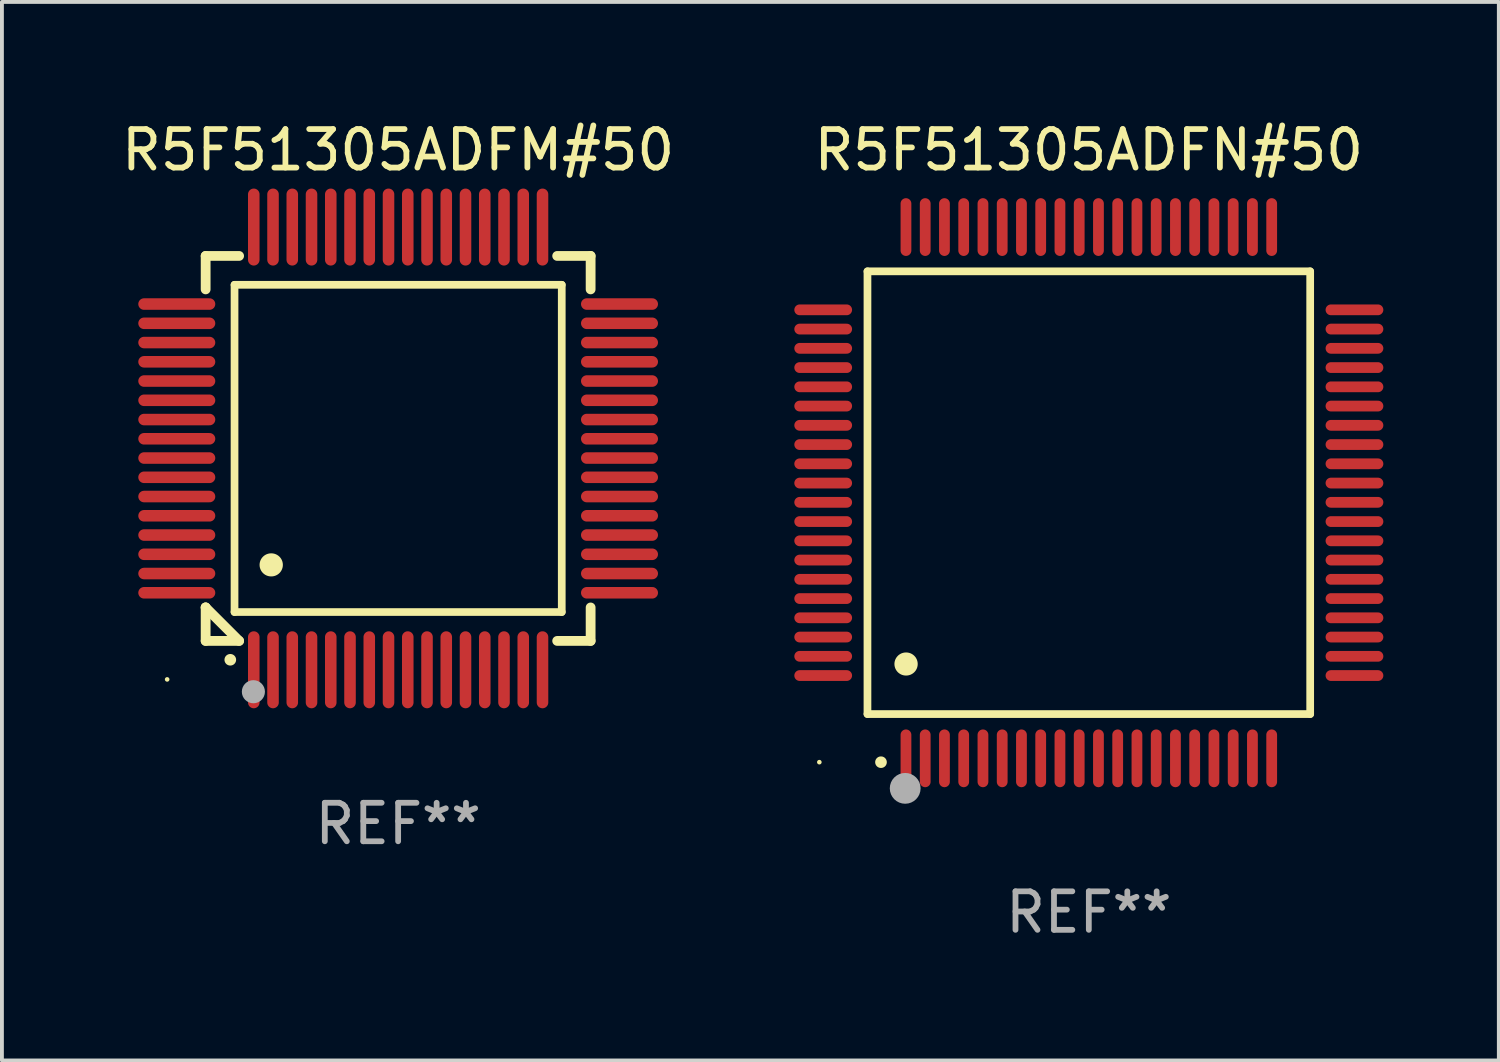
<source format=kicad_pcb>
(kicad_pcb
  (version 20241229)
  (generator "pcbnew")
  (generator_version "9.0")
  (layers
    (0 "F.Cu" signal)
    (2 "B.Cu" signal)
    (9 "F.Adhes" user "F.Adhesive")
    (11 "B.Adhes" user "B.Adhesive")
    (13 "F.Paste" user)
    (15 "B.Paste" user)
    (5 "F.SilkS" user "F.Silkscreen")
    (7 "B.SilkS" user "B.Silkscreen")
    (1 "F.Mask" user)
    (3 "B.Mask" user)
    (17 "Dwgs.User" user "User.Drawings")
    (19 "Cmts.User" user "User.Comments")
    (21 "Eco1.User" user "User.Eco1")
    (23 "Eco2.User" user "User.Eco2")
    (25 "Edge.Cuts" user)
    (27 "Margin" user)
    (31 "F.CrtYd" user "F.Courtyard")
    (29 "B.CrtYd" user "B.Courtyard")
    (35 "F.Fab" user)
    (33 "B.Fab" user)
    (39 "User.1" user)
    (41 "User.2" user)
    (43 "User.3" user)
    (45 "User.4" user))
  (footprint "R5F51305ADFM#50"
    (layer "F.Cu")
    (at 7.292 8.598)
    (property "Reference" "R5F51305ADFM#50" (at 0 -7.75 0) (layer "F.SilkS") (effects (font (size 1 1) (thickness 0.15))))
    (attr through_hole)
    (fp_line (start -5 -5) (end -4.131 -5) (stroke (width 0.254) (type solid)) (layer "F.SilkS"))
    (fp_line (start -5 -4.131) (end -5 -5) (stroke (width 0.254) (type solid)) (layer "F.SilkS"))
    (fp_line (start -5 4.131) (end -5 4.131) (stroke (width 0.254) (type solid)) (layer "F.SilkS"))
    (fp_line (start -5 5) (end -5 4.131) (stroke (width 0.254) (type solid)) (layer "F.SilkS"))
    (fp_line (start -5 4.131) (end -4.131 5) (stroke (width 0.254) (type solid)) (layer "F.SilkS"))
    (fp_line (start -4.25 -4.25) (end -4.25 4.25) (stroke (width 0.2) (type solid)) (layer "F.SilkS"))
    (fp_line (start -4.25 4.25) (end 4.25 4.25) (stroke (width 0.2) (type solid)) (layer "F.SilkS"))
    (fp_line (start -4.131 5) (end -5 5) (stroke (width 0.254) (type solid)) (layer "F.SilkS"))
    (fp_line (start 4.25 -4.25) (end -4.25 -4.25) (stroke (width 0.2) (type solid)) (layer "F.SilkS"))
    (fp_line (start 4.25 4.25) (end 4.25 -4.25) (stroke (width 0.2) (type solid)) (layer "F.SilkS"))
    (fp_line (start 5 -5) (end 4.131 -5) (stroke (width 0.254) (type solid)) (layer "F.SilkS"))
    (fp_line (start 5 -5) (end 5 -4.131) (stroke (width 0.254) (type solid)) (layer "F.SilkS"))
    (fp_line (start 5 4.131) (end 5 5) (stroke (width 0.254) (type solid)) (layer "F.SilkS"))
    (fp_line (start 5 5) (end 4.131 5) (stroke (width 0.254) (type solid)) (layer "F.SilkS"))
    (fp_arc (start -4.361265 5.489992) (mid -4.359995 5.489987) (end -4.358725 5.489992) (stroke (width 0.3) (type solid)) (layer "F.SilkS"))
    (fp_arc (start -3.299467 3.025146) (mid -3.296927 3.025135) (end -3.294387 3.025146) (stroke (width 0.6) (type solid)) (layer "F.SilkS"))
    (fp_circle (center -6 6) (end -5.97 6) (stroke (width 0.06) (type solid)) (fill no) (layer "F.SilkS"))
    (fp_circle (center -3.76 6.32) (end -3.61 6.32) (stroke (width 0.3) (type solid)) (fill no) (layer "F.Fab"))
    (fp_text user "REF**" (at 0 9.75 0) (layer "F.Fab") (effects (font (size 1 1) (thickness 0.15))))
    (pad "1" smd oval (at -3.75 5.75) (size 0.3 2) (layers "F.Cu" "F.Mask" "F.Paste"))
    (pad "2" smd oval (at -3.25 5.75) (size 0.3 2) (layers "F.Cu" "F.Mask" "F.Paste"))
    (pad "3" smd oval (at -2.75 5.75) (size 0.3 2) (layers "F.Cu" "F.Mask" "F.Paste"))
    (pad "4" smd oval (at -2.25 5.75) (size 0.3 2) (layers "F.Cu" "F.Mask" "F.Paste"))
    (pad "5" smd oval (at -1.75 5.75) (size 0.3 2) (layers "F.Cu" "F.Mask" "F.Paste"))
    (pad "6" smd oval (at -1.25 5.75) (size 0.3 2) (layers "F.Cu" "F.Mask" "F.Paste"))
    (pad "7" smd oval (at -0.75 5.75) (size 0.3 2) (layers "F.Cu" "F.Mask" "F.Paste"))
    (pad "8" smd oval (at -0.25 5.75) (size 0.3 2) (layers "F.Cu" "F.Mask" "F.Paste"))
    (pad "9" smd oval (at 0.25 5.75) (size 0.3 2) (layers "F.Cu" "F.Mask" "F.Paste"))
    (pad "10" smd oval (at 0.75 5.75) (size 0.3 2) (layers "F.Cu" "F.Mask" "F.Paste"))
    (pad "11" smd oval (at 1.25 5.75) (size 0.3 2) (layers "F.Cu" "F.Mask" "F.Paste"))
    (pad "12" smd oval (at 1.75 5.75) (size 0.3 2) (layers "F.Cu" "F.Mask" "F.Paste"))
    (pad "13" smd oval (at 2.25 5.75) (size 0.3 2) (layers "F.Cu" "F.Mask" "F.Paste"))
    (pad "14" smd oval (at 2.75 5.75) (size 0.3 2) (layers "F.Cu" "F.Mask" "F.Paste"))
    (pad "15" smd oval (at 3.25 5.75) (size 0.3 2) (layers "F.Cu" "F.Mask" "F.Paste"))
    (pad "16" smd oval (at 3.75 5.75) (size 0.3 2) (layers "F.Cu" "F.Mask" "F.Paste"))
    (pad "17" smd oval (at 5.75 3.75) (size 2 0.3) (layers "F.Cu" "F.Mask" "F.Paste"))
    (pad "18" smd oval (at 5.75 3.25) (size 2 0.3) (layers "F.Cu" "F.Mask" "F.Paste"))
    (pad "19" smd oval (at 5.75 2.75) (size 2 0.3) (layers "F.Cu" "F.Mask" "F.Paste"))
    (pad "20" smd oval (at 5.75 2.25) (size 2 0.3) (layers "F.Cu" "F.Mask" "F.Paste"))
    (pad "21" smd oval (at 5.75 1.75) (size 2 0.3) (layers "F.Cu" "F.Mask" "F.Paste"))
    (pad "22" smd oval (at 5.75 1.25) (size 2 0.3) (layers "F.Cu" "F.Mask" "F.Paste"))
    (pad "23" smd oval (at 5.75 0.75) (size 2 0.3) (layers "F.Cu" "F.Mask" "F.Paste"))
    (pad "24" smd oval (at 5.75 0.25) (size 2 0.3) (layers "F.Cu" "F.Mask" "F.Paste"))
    (pad "25" smd oval (at 5.75 -0.25) (size 2 0.3) (layers "F.Cu" "F.Mask" "F.Paste"))
    (pad "26" smd oval (at 5.75 -0.75) (size 2 0.3) (layers "F.Cu" "F.Mask" "F.Paste"))
    (pad "27" smd oval (at 5.75 -1.25) (size 2 0.3) (layers "F.Cu" "F.Mask" "F.Paste"))
    (pad "28" smd oval (at 5.75 -1.75) (size 2 0.3) (layers "F.Cu" "F.Mask" "F.Paste"))
    (pad "29" smd oval (at 5.75 -2.25) (size 2 0.3) (layers "F.Cu" "F.Mask" "F.Paste"))
    (pad "30" smd oval (at 5.75 -2.75) (size 2 0.3) (layers "F.Cu" "F.Mask" "F.Paste"))
    (pad "31" smd oval (at 5.75 -3.25) (size 2 0.3) (layers "F.Cu" "F.Mask" "F.Paste"))
    (pad "32" smd oval (at 5.75 -3.75) (size 2 0.3) (layers "F.Cu" "F.Mask" "F.Paste"))
    (pad "33" smd oval (at 3.75 -5.75) (size 0.3 2) (layers "F.Cu" "F.Mask" "F.Paste"))
    (pad "34" smd oval (at 3.25 -5.75) (size 0.3 2) (layers "F.Cu" "F.Mask" "F.Paste"))
    (pad "35" smd oval (at 2.75 -5.75) (size 0.3 2) (layers "F.Cu" "F.Mask" "F.Paste"))
    (pad "36" smd oval (at 2.25 -5.75) (size 0.3 2) (layers "F.Cu" "F.Mask" "F.Paste"))
    (pad "37" smd oval (at 1.75 -5.75) (size 0.3 2) (layers "F.Cu" "F.Mask" "F.Paste"))
    (pad "38" smd oval (at 1.25 -5.75) (size 0.3 2) (layers "F.Cu" "F.Mask" "F.Paste"))
    (pad "39" smd oval (at 0.75 -5.75) (size 0.3 2) (layers "F.Cu" "F.Mask" "F.Paste"))
    (pad "40" smd oval (at 0.25 -5.75) (size 0.3 2) (layers "F.Cu" "F.Mask" "F.Paste"))
    (pad "41" smd oval (at -0.25 -5.75) (size 0.3 2) (layers "F.Cu" "F.Mask" "F.Paste"))
    (pad "42" smd oval (at -0.75 -5.75) (size 0.3 2) (layers "F.Cu" "F.Mask" "F.Paste"))
    (pad "43" smd oval (at -1.25 -5.75) (size 0.3 2) (layers "F.Cu" "F.Mask" "F.Paste"))
    (pad "44" smd oval (at -1.75 -5.75) (size 0.3 2) (layers "F.Cu" "F.Mask" "F.Paste"))
    (pad "45" smd oval (at -2.25 -5.75) (size 0.3 2) (layers "F.Cu" "F.Mask" "F.Paste"))
    (pad "46" smd oval (at -2.75 -5.75) (size 0.3 2) (layers "F.Cu" "F.Mask" "F.Paste"))
    (pad "47" smd oval (at -3.25 -5.75) (size 0.3 2) (layers "F.Cu" "F.Mask" "F.Paste"))
    (pad "48" smd oval (at -3.75 -5.75) (size 0.3 2) (layers "F.Cu" "F.Mask" "F.Paste"))
    (pad "49" smd oval (at -5.75 -3.75) (size 2 0.3) (layers "F.Cu" "F.Mask" "F.Paste"))
    (pad "50" smd oval (at -5.75 -3.25) (size 2 0.3) (layers "F.Cu" "F.Mask" "F.Paste"))
    (pad "51" smd oval (at -5.75 -2.75) (size 2 0.3) (layers "F.Cu" "F.Mask" "F.Paste"))
    (pad "52" smd oval (at -5.75 -2.25) (size 2 0.3) (layers "F.Cu" "F.Mask" "F.Paste"))
    (pad "53" smd oval (at -5.75 -1.75) (size 2 0.3) (layers "F.Cu" "F.Mask" "F.Paste"))
    (pad "54" smd oval (at -5.75 -1.25) (size 2 0.3) (layers "F.Cu" "F.Mask" "F.Paste"))
    (pad "55" smd oval (at -5.75 -0.75) (size 2 0.3) (layers "F.Cu" "F.Mask" "F.Paste"))
    (pad "56" smd oval (at -5.75 -0.25) (size 2 0.3) (layers "F.Cu" "F.Mask" "F.Paste"))
    (pad "57" smd oval (at -5.75 0.25) (size 2 0.3) (layers "F.Cu" "F.Mask" "F.Paste"))
    (pad "58" smd oval (at -5.75 0.75) (size 2 0.3) (layers "F.Cu" "F.Mask" "F.Paste"))
    (pad "59" smd oval (at -5.75 1.25) (size 2 0.3) (layers "F.Cu" "F.Mask" "F.Paste"))
    (pad "60" smd oval (at -5.75 1.75) (size 2 0.3) (layers "F.Cu" "F.Mask" "F.Paste"))
    (pad "61" smd oval (at -5.75 2.25) (size 2 0.3) (layers "F.Cu" "F.Mask" "F.Paste"))
    (pad "62" smd oval (at -5.75 2.75) (size 2 0.3) (layers "F.Cu" "F.Mask" "F.Paste"))
    (pad "63" smd oval (at -5.75 3.25) (size 2 0.3) (layers "F.Cu" "F.Mask" "F.Paste"))
    (pad "64" smd oval (at -5.75 3.75) (size 2 0.3) (layers "F.Cu" "F.Mask" "F.Paste")))
  (footprint "R5F51305ADFN#50"
    (layer "F.Cu")
    (at 25.233 9.748)
    (property "Reference" "R5F51305ADFN#50" (at 0 -8.9 0) (layer "F.SilkS") (effects (font (size 1 1) (thickness 0.15))))
    (attr through_hole)
    (fp_line (start -5.75 -5.75) (end 5.75 -5.75) (stroke (width 0.2) (type solid)) (layer "F.SilkS"))
    (fp_line (start -5.75 5.75) (end -5.75 -5.75) (stroke (width 0.2) (type solid)) (layer "F.SilkS"))
    (fp_line (start 5.75 -5.75) (end 5.75 5.75) (stroke (width 0.2) (type solid)) (layer "F.SilkS"))
    (fp_line (start 5.75 5.75) (end -5.75 5.75) (stroke (width 0.2) (type solid)) (layer "F.SilkS"))
    (fp_arc (start -5.400051 7.000254) (mid -5.398781 7.000249) (end -5.397511 7.000254) (stroke (width 0.3) (type solid)) (layer "F.SilkS"))
    (fp_arc (start -4.749809 4.450089) (mid -4.747269 4.450078) (end -4.744729 4.450089) (stroke (width 0.6) (type solid)) (layer "F.SilkS"))
    (fp_circle (center -7 7) (end -6.97 7) (stroke (width 0.06) (type solid)) (fill no) (layer "F.SilkS"))
    (fp_circle (center -4.77 7.68) (end -4.57 7.68) (stroke (width 0.4) (type solid)) (fill no) (layer "F.Fab"))
    (fp_text user "REF**" (at 0 10.9 0) (layer "F.Fab") (effects (font (size 1 1) (thickness 0.15))))
    (pad "1" smd oval (at -4.75 6.9) (size 0.28 1.5) (layers "F.Cu" "F.Mask" "F.Paste"))
    (pad "2" smd oval (at -4.25 6.9) (size 0.28 1.5) (layers "F.Cu" "F.Mask" "F.Paste"))
    (pad "3" smd oval (at -3.75 6.9) (size 0.28 1.5) (layers "F.Cu" "F.Mask" "F.Paste"))
    (pad "4" smd oval (at -3.25 6.9) (size 0.28 1.5) (layers "F.Cu" "F.Mask" "F.Paste"))
    (pad "5" smd oval (at -2.75 6.9) (size 0.28 1.5) (layers "F.Cu" "F.Mask" "F.Paste"))
    (pad "6" smd oval (at -2.25 6.9) (size 0.28 1.5) (layers "F.Cu" "F.Mask" "F.Paste"))
    (pad "7" smd oval (at -1.75 6.9) (size 0.28 1.5) (layers "F.Cu" "F.Mask" "F.Paste"))
    (pad "8" smd oval (at -1.25 6.9) (size 0.28 1.5) (layers "F.Cu" "F.Mask" "F.Paste"))
    (pad "9" smd oval (at -0.75 6.9) (size 0.28 1.5) (layers "F.Cu" "F.Mask" "F.Paste"))
    (pad "10" smd oval (at -0.25 6.9) (size 0.28 1.5) (layers "F.Cu" "F.Mask" "F.Paste"))
    (pad "11" smd oval (at 0.25 6.9) (size 0.28 1.5) (layers "F.Cu" "F.Mask" "F.Paste"))
    (pad "12" smd oval (at 0.75 6.9) (size 0.28 1.5) (layers "F.Cu" "F.Mask" "F.Paste"))
    (pad "13" smd oval (at 1.25 6.9) (size 0.28 1.5) (layers "F.Cu" "F.Mask" "F.Paste"))
    (pad "14" smd oval (at 1.75 6.9) (size 0.28 1.5) (layers "F.Cu" "F.Mask" "F.Paste"))
    (pad "15" smd oval (at 2.25 6.9) (size 0.28 1.5) (layers "F.Cu" "F.Mask" "F.Paste"))
    (pad "16" smd oval (at 2.75 6.9) (size 0.28 1.5) (layers "F.Cu" "F.Mask" "F.Paste"))
    (pad "17" smd oval (at 3.25 6.9) (size 0.28 1.5) (layers "F.Cu" "F.Mask" "F.Paste"))
    (pad "18" smd oval (at 3.75 6.9) (size 0.28 1.5) (layers "F.Cu" "F.Mask" "F.Paste"))
    (pad "19" smd oval (at 4.25 6.9) (size 0.28 1.5) (layers "F.Cu" "F.Mask" "F.Paste"))
    (pad "20" smd oval (at 4.75 6.9) (size 0.28 1.5) (layers "F.Cu" "F.Mask" "F.Paste"))
    (pad "21" smd oval (at 6.9 4.75) (size 1.5 0.28) (layers "F.Cu" "F.Mask" "F.Paste"))
    (pad "22" smd oval (at 6.9 4.25) (size 1.5 0.28) (layers "F.Cu" "F.Mask" "F.Paste"))
    (pad "23" smd oval (at 6.9 3.75) (size 1.5 0.28) (layers "F.Cu" "F.Mask" "F.Paste"))
    (pad "24" smd oval (at 6.9 3.25) (size 1.5 0.28) (layers "F.Cu" "F.Mask" "F.Paste"))
    (pad "25" smd oval (at 6.9 2.75) (size 1.5 0.28) (layers "F.Cu" "F.Mask" "F.Paste"))
    (pad "26" smd oval (at 6.9 2.25) (size 1.5 0.28) (layers "F.Cu" "F.Mask" "F.Paste"))
    (pad "27" smd oval (at 6.9 1.75) (size 1.5 0.28) (layers "F.Cu" "F.Mask" "F.Paste"))
    (pad "28" smd oval (at 6.9 1.25) (size 1.5 0.28) (layers "F.Cu" "F.Mask" "F.Paste"))
    (pad "29" smd oval (at 6.9 0.75) (size 1.5 0.28) (layers "F.Cu" "F.Mask" "F.Paste"))
    (pad "30" smd oval (at 6.9 0.25) (size 1.5 0.28) (layers "F.Cu" "F.Mask" "F.Paste"))
    (pad "31" smd oval (at 6.9 -0.25) (size 1.5 0.28) (layers "F.Cu" "F.Mask" "F.Paste"))
    (pad "32" smd oval (at 6.9 -0.75) (size 1.5 0.28) (layers "F.Cu" "F.Mask" "F.Paste"))
    (pad "33" smd oval (at 6.9 -1.25) (size 1.5 0.28) (layers "F.Cu" "F.Mask" "F.Paste"))
    (pad "34" smd oval (at 6.9 -1.75) (size 1.5 0.28) (layers "F.Cu" "F.Mask" "F.Paste"))
    (pad "35" smd oval (at 6.9 -2.25) (size 1.5 0.28) (layers "F.Cu" "F.Mask" "F.Paste"))
    (pad "36" smd oval (at 6.9 -2.75) (size 1.5 0.28) (layers "F.Cu" "F.Mask" "F.Paste"))
    (pad "37" smd oval (at 6.9 -3.25) (size 1.5 0.28) (layers "F.Cu" "F.Mask" "F.Paste"))
    (pad "38" smd oval (at 6.9 -3.75) (size 1.5 0.28) (layers "F.Cu" "F.Mask" "F.Paste"))
    (pad "39" smd oval (at 6.9 -4.25) (size 1.5 0.28) (layers "F.Cu" "F.Mask" "F.Paste"))
    (pad "40" smd oval (at 6.9 -4.75) (size 1.5 0.28) (layers "F.Cu" "F.Mask" "F.Paste"))
    (pad "41" smd oval (at 4.75 -6.9) (size 0.28 1.5) (layers "F.Cu" "F.Mask" "F.Paste"))
    (pad "42" smd oval (at 4.25 -6.9) (size 0.28 1.5) (layers "F.Cu" "F.Mask" "F.Paste"))
    (pad "43" smd oval (at 3.75 -6.9) (size 0.28 1.5) (layers "F.Cu" "F.Mask" "F.Paste"))
    (pad "44" smd oval (at 3.25 -6.9) (size 0.28 1.5) (layers "F.Cu" "F.Mask" "F.Paste"))
    (pad "45" smd oval (at 2.75 -6.9) (size 0.28 1.5) (layers "F.Cu" "F.Mask" "F.Paste"))
    (pad "46" smd oval (at 2.25 -6.9) (size 0.28 1.5) (layers "F.Cu" "F.Mask" "F.Paste"))
    (pad "47" smd oval (at 1.75 -6.9) (size 0.28 1.5) (layers "F.Cu" "F.Mask" "F.Paste"))
    (pad "48" smd oval (at 1.25 -6.9) (size 0.28 1.5) (layers "F.Cu" "F.Mask" "F.Paste"))
    (pad "49" smd oval (at 0.75 -6.9) (size 0.28 1.5) (layers "F.Cu" "F.Mask" "F.Paste"))
    (pad "50" smd oval (at 0.25 -6.9) (size 0.28 1.5) (layers "F.Cu" "F.Mask" "F.Paste"))
    (pad "51" smd oval (at -0.25 -6.9) (size 0.28 1.5) (layers "F.Cu" "F.Mask" "F.Paste"))
    (pad "52" smd oval (at -0.75 -6.9) (size 0.28 1.5) (layers "F.Cu" "F.Mask" "F.Paste"))
    (pad "53" smd oval (at -1.25 -6.9) (size 0.28 1.5) (layers "F.Cu" "F.Mask" "F.Paste"))
    (pad "54" smd oval (at -1.75 -6.9) (size 0.28 1.5) (layers "F.Cu" "F.Mask" "F.Paste"))
    (pad "55" smd oval (at -2.25 -6.9) (size 0.28 1.5) (layers "F.Cu" "F.Mask" "F.Paste"))
    (pad "56" smd oval (at -2.75 -6.9) (size 0.28 1.5) (layers "F.Cu" "F.Mask" "F.Paste"))
    (pad "57" smd oval (at -3.25 -6.9) (size 0.28 1.5) (layers "F.Cu" "F.Mask" "F.Paste"))
    (pad "58" smd oval (at -3.75 -6.9) (size 0.28 1.5) (layers "F.Cu" "F.Mask" "F.Paste"))
    (pad "59" smd oval (at -4.25 -6.9) (size 0.28 1.5) (layers "F.Cu" "F.Mask" "F.Paste"))
    (pad "60" smd oval (at -4.75 -6.9) (size 0.28 1.5) (layers "F.Cu" "F.Mask" "F.Paste"))
    (pad "61" smd oval (at -6.9 -4.75) (size 1.5 0.28) (layers "F.Cu" "F.Mask" "F.Paste"))
    (pad "62" smd oval (at -6.9 -4.25) (size 1.5 0.28) (layers "F.Cu" "F.Mask" "F.Paste"))
    (pad "63" smd oval (at -6.9 -3.75) (size 1.5 0.28) (layers "F.Cu" "F.Mask" "F.Paste"))
    (pad "64" smd oval (at -6.9 -3.25) (size 1.5 0.28) (layers "F.Cu" "F.Mask" "F.Paste"))
    (pad "65" smd oval (at -6.9 -2.75) (size 1.5 0.28) (layers "F.Cu" "F.Mask" "F.Paste"))
    (pad "66" smd oval (at -6.9 -2.25) (size 1.5 0.28) (layers "F.Cu" "F.Mask" "F.Paste"))
    (pad "67" smd oval (at -6.9 -1.75) (size 1.5 0.28) (layers "F.Cu" "F.Mask" "F.Paste"))
    (pad "68" smd oval (at -6.9 -1.25) (size 1.5 0.28) (layers "F.Cu" "F.Mask" "F.Paste"))
    (pad "69" smd oval (at -6.9 -0.75) (size 1.5 0.28) (layers "F.Cu" "F.Mask" "F.Paste"))
    (pad "70" smd oval (at -6.9 -0.25) (size 1.5 0.28) (layers "F.Cu" "F.Mask" "F.Paste"))
    (pad "71" smd oval (at -6.9 0.25) (size 1.5 0.28) (layers "F.Cu" "F.Mask" "F.Paste"))
    (pad "72" smd oval (at -6.9 0.75) (size 1.5 0.28) (layers "F.Cu" "F.Mask" "F.Paste"))
    (pad "73" smd oval (at -6.9 1.25) (size 1.5 0.28) (layers "F.Cu" "F.Mask" "F.Paste"))
    (pad "74" smd oval (at -6.9 1.75) (size 1.5 0.28) (layers "F.Cu" "F.Mask" "F.Paste"))
    (pad "75" smd oval (at -6.9 2.25) (size 1.5 0.28) (layers "F.Cu" "F.Mask" "F.Paste"))
    (pad "76" smd oval (at -6.9 2.75) (size 1.5 0.28) (layers "F.Cu" "F.Mask" "F.Paste"))
    (pad "77" smd oval (at -6.9 3.25) (size 1.5 0.28) (layers "F.Cu" "F.Mask" "F.Paste"))
    (pad "78" smd oval (at -6.9 3.75) (size 1.5 0.28) (layers "F.Cu" "F.Mask" "F.Paste"))
    (pad "79" smd oval (at -6.9 4.25) (size 1.5 0.28) (layers "F.Cu" "F.Mask" "F.Paste"))
    (pad "80" smd oval (at -6.9 4.75) (size 1.5 0.28) (layers "F.Cu" "F.Mask" "F.Paste")))
  (gr_rect
    (start -3 -3)
    (end 35.883 24.496)
    (stroke (width 0.1) (type default))
    (fill no)
    (layer "Edge.Cuts")))
</source>
